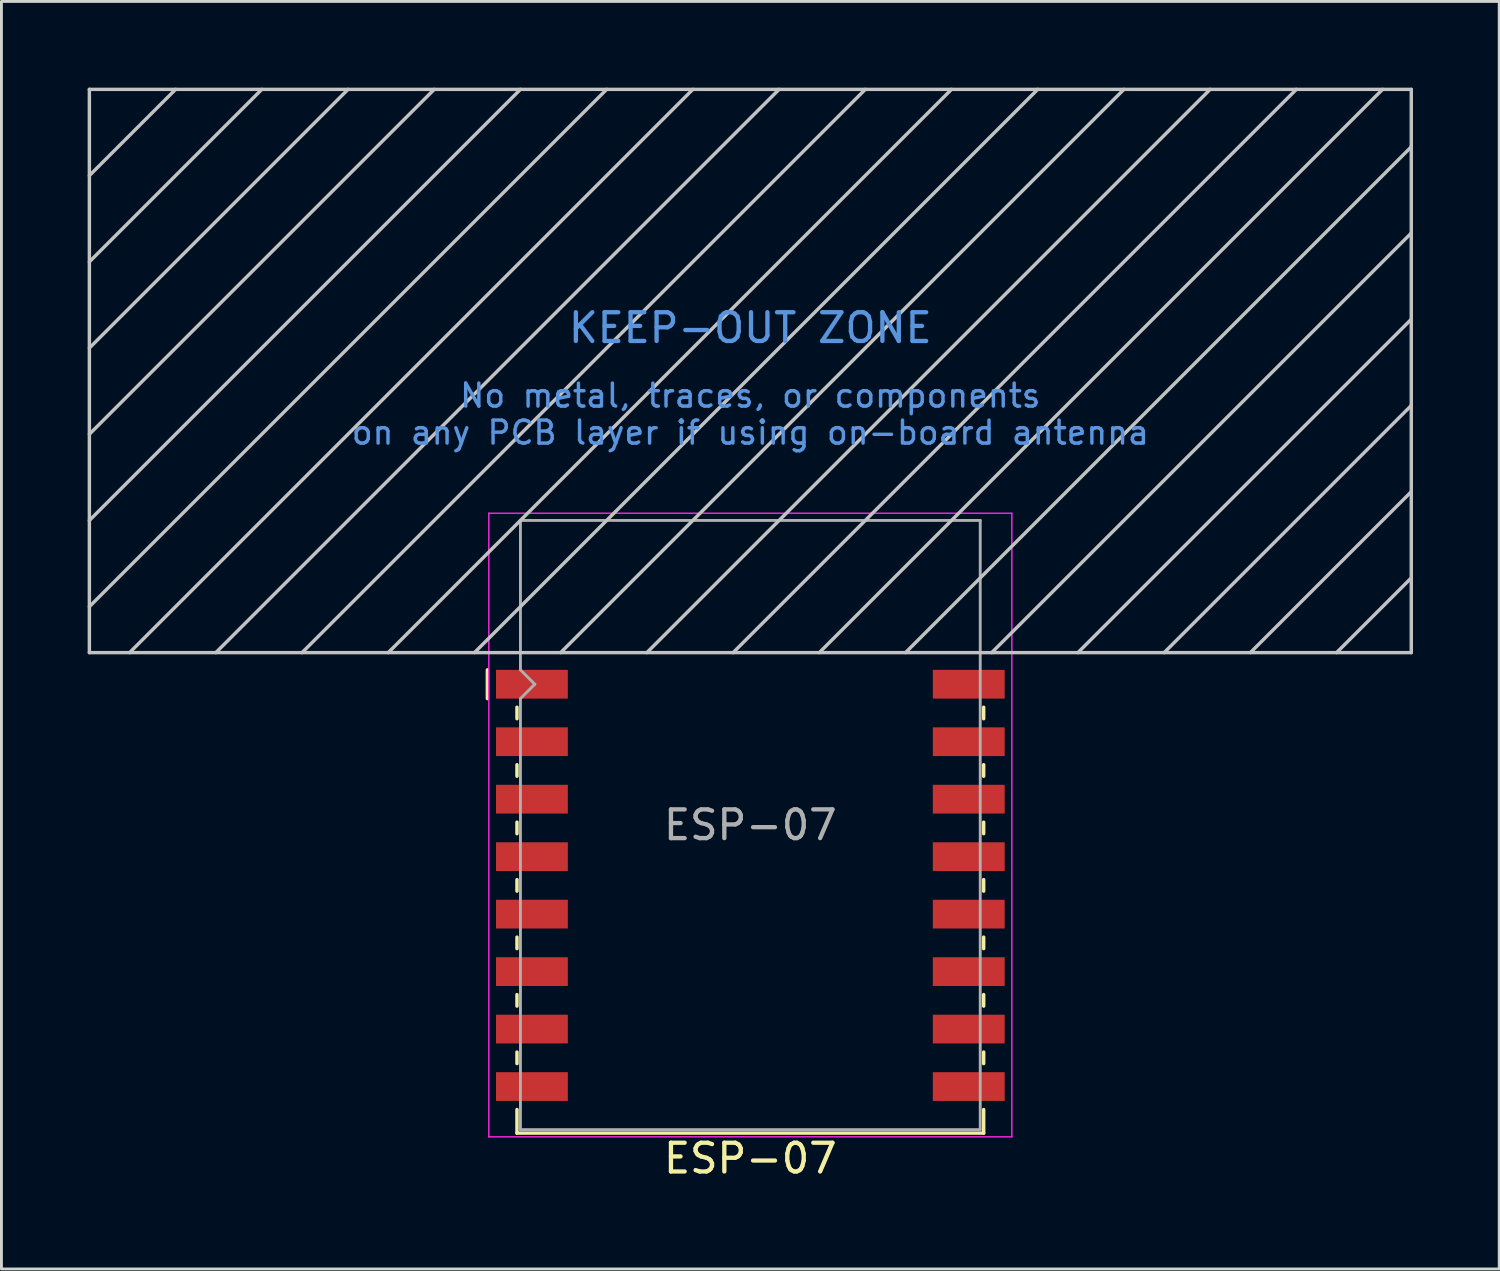
<source format=kicad_pcb>
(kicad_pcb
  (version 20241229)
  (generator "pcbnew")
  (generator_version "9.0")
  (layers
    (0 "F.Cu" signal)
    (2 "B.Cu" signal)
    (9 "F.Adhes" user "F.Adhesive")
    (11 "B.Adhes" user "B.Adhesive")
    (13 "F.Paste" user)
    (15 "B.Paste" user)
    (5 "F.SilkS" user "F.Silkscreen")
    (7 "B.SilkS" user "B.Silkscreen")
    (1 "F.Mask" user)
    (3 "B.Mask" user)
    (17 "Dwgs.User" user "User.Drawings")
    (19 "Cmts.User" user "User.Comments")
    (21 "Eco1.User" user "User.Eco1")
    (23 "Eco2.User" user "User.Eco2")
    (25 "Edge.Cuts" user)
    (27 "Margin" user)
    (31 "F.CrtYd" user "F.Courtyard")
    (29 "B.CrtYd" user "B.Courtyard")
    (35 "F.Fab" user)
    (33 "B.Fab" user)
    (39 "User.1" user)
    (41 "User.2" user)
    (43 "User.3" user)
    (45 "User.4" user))
  (footprint "ESP-07"
    (layer "F.Cu")
    (at 23.06 25.66)
    (property "Reference" "ESP-07" (at 0 11.6 0) (layer "F.SilkS") (effects (font (size 1 1) (thickness 0.15))))
    (attr smd)
    (fp_line (start -9.15 -5.4) (end -9.15 -4.4) (stroke (width 0.12) (type solid)) (layer "F.SilkS"))
    (fp_line (start -8.12 -3.7) (end -8.12 -4.1) (stroke (width 0.12) (type solid)) (layer "F.SilkS"))
    (fp_line (start -8.12 -1.7) (end -8.12 -2.1) (stroke (width 0.12) (type solid)) (layer "F.SilkS"))
    (fp_line (start -8.12 0.3) (end -8.12 -0.1) (stroke (width 0.12) (type solid)) (layer "F.SilkS"))
    (fp_line (start -8.12 2.3) (end -8.12 1.9) (stroke (width 0.12) (type solid)) (layer "F.SilkS"))
    (fp_line (start -8.12 4.3) (end -8.12 3.9) (stroke (width 0.12) (type solid)) (layer "F.SilkS"))
    (fp_line (start -8.12 6.3) (end -8.12 5.9) (stroke (width 0.12) (type solid)) (layer "F.SilkS"))
    (fp_line (start -8.12 8.3) (end -8.12 7.9) (stroke (width 0.12) (type solid)) (layer "F.SilkS"))
    (fp_line (start -8.12 10.72) (end -8.12 9.9) (stroke (width 0.12) (type solid)) (layer "F.SilkS"))
    (fp_line (start 8.12 -3.7) (end 8.12 -4.1) (stroke (width 0.12) (type solid)) (layer "F.SilkS"))
    (fp_line (start 8.12 -1.7) (end 8.12 -2.1) (stroke (width 0.12) (type solid)) (layer "F.SilkS"))
    (fp_line (start 8.12 0.3) (end 8.12 -0.1) (stroke (width 0.12) (type solid)) (layer "F.SilkS"))
    (fp_line (start 8.12 2.3) (end 8.12 1.9) (stroke (width 0.12) (type solid)) (layer "F.SilkS"))
    (fp_line (start 8.12 4.3) (end 8.12 3.9) (stroke (width 0.12) (type solid)) (layer "F.SilkS"))
    (fp_line (start 8.12 6.3) (end 8.12 5.9) (stroke (width 0.12) (type solid)) (layer "F.SilkS"))
    (fp_line (start 8.12 8.3) (end 8.12 7.9) (stroke (width 0.12) (type solid)) (layer "F.SilkS"))
    (fp_line (start 8.12 9.9) (end 8.12 10.72) (stroke (width 0.12) (type solid)) (layer "F.SilkS"))
    (fp_line (start 8.12 10.72) (end -8.12 10.72) (stroke (width 0.12) (type solid)) (layer "F.SilkS"))
    (fp_line (start -23 -25.6) (end -23 -6) (stroke (width 0.12) (type solid)) (layer "Dwgs.User"))
    (fp_line (start -23 -25.6) (end 23 -25.6) (stroke (width 0.12) (type solid)) (layer "Dwgs.User"))
    (fp_line (start -20 -25.6) (end -23 -22.6) (stroke (width 0.12) (type solid)) (layer "Dwgs.User"))
    (fp_line (start -17 -25.6) (end -23 -19.6) (stroke (width 0.12) (type solid)) (layer "Dwgs.User"))
    (fp_line (start -15.6 -6) (end 4 -25.6) (stroke (width 0.12) (type solid)) (layer "Dwgs.User"))
    (fp_line (start -14 -25.6) (end -23 -16.6) (stroke (width 0.12) (type solid)) (layer "Dwgs.User"))
    (fp_line (start -11 -25.6) (end -23 -13.6) (stroke (width 0.12) (type solid)) (layer "Dwgs.User"))
    (fp_line (start -8 -25.6) (end -23 -10.6) (stroke (width 0.12) (type solid)) (layer "Dwgs.User"))
    (fp_line (start -6.6 -6) (end 13 -25.6) (stroke (width 0.12) (type solid)) (layer "Dwgs.User"))
    (fp_line (start -5 -25.6) (end -23 -7.6) (stroke (width 0.12) (type solid)) (layer "Dwgs.User"))
    (fp_line (start -2 -25.6) (end -21.6 -6) (stroke (width 0.12) (type solid)) (layer "Dwgs.User"))
    (fp_line (start 1 -25.6) (end -18.6 -6) (stroke (width 0.12) (type solid)) (layer "Dwgs.User"))
    (fp_line (start 2.4 -6) (end 22 -25.6) (stroke (width 0.12) (type solid)) (layer "Dwgs.User"))
    (fp_line (start 5.4 -6) (end 23 -23.6) (stroke (width 0.12) (type solid)) (layer "Dwgs.User"))
    (fp_line (start 7 -25.6) (end -12.6 -6) (stroke (width 0.12) (type solid)) (layer "Dwgs.User"))
    (fp_line (start 10 -25.6) (end -9.6 -6) (stroke (width 0.12) (type solid)) (layer "Dwgs.User"))
    (fp_line (start 16 -25.6) (end -3.6 -6) (stroke (width 0.12) (type solid)) (layer "Dwgs.User"))
    (fp_line (start 19 -25.6) (end -0.6 -6) (stroke (width 0.12) (type solid)) (layer "Dwgs.User"))
    (fp_line (start 23 -20.6) (end 8.4 -6) (stroke (width 0.12) (type solid)) (layer "Dwgs.User"))
    (fp_line (start 23 -17.6) (end 11.4 -6) (stroke (width 0.12) (type solid)) (layer "Dwgs.User"))
    (fp_line (start 23 -14.6) (end 14.4 -6) (stroke (width 0.12) (type solid)) (layer "Dwgs.User"))
    (fp_line (start 23 -11.6) (end 17.4 -6) (stroke (width 0.12) (type solid)) (layer "Dwgs.User"))
    (fp_line (start 23 -8.6) (end 20.4 -6) (stroke (width 0.12) (type solid)) (layer "Dwgs.User"))
    (fp_line (start 23 -6) (end -23 -6) (stroke (width 0.12) (type solid)) (layer "Dwgs.User"))
    (fp_line (start 23 -6) (end 23 -25.6) (stroke (width 0.12) (type solid)) (layer "Dwgs.User"))
    (fp_line (start -9.1 -10.85) (end 9.1 -10.85) (stroke (width 0.05) (type solid)) (layer "F.CrtYd"))
    (fp_line (start -9.1 10.85) (end -9.1 -10.85) (stroke (width 0.05) (type solid)) (layer "F.CrtYd"))
    (fp_line (start 9.1 -10.85) (end 9.1 10.85) (stroke (width 0.05) (type solid)) (layer "F.CrtYd"))
    (fp_line (start 9.1 10.85) (end -9.1 10.85) (stroke (width 0.05) (type solid)) (layer "F.CrtYd"))
    (fp_line (start -8 -10.6) (end 8 -10.6) (stroke (width 0.1) (type solid)) (layer "F.Fab"))
    (fp_line (start -8 -5.4) (end -8 -10.6) (stroke (width 0.1) (type solid)) (layer "F.Fab"))
    (fp_line (start -8 -4.4) (end -7.5 -4.9) (stroke (width 0.1) (type solid)) (layer "F.Fab"))
    (fp_line (start -8 10.6) (end -8 -4.4) (stroke (width 0.1) (type solid)) (layer "F.Fab"))
    (fp_line (start -7.5 -4.9) (end -8 -5.4) (stroke (width 0.1) (type solid)) (layer "F.Fab"))
    (fp_line (start 8 -10.6) (end 8 10.6) (stroke (width 0.1) (type solid)) (layer "F.Fab"))
    (fp_line (start 8 10.6) (end -8 10.6) (stroke (width 0.1) (type solid)) (layer "F.Fab"))
    (fp_text user "KEEP-OUT ZONE" (at 0 -17.3 180) (layer "Cmts.User") (effects (font (size 1 1) (thickness 0.15))))
    (fp_text user "No metal, traces, or components\non any PCB layer if using on-board antenna" (at 0 -14.3 180) (layer "Cmts.User") (effects (font (size 0.8 0.8) (thickness 0.12))))
    (fp_text user "${REFERENCE}" (at 0 0 0) (layer "F.Fab") (effects (font (size 1 1) (thickness 0.15))))
    (pad "1" smd rect (at -7.6 -4.9) (size 2.5 1) (layers "F.Cu" "F.Mask" "F.Paste"))
    (pad "2" smd rect (at -7.6 -2.9) (size 2.5 1) (layers "F.Cu" "F.Mask" "F.Paste"))
    (pad "3" smd rect (at -7.6 -0.9) (size 2.5 1) (layers "F.Cu" "F.Mask" "F.Paste"))
    (pad "4" smd rect (at -7.6 1.1) (size 2.5 1) (layers "F.Cu" "F.Mask" "F.Paste"))
    (pad "5" smd rect (at -7.6 3.1) (size 2.5 1) (layers "F.Cu" "F.Mask" "F.Paste"))
    (pad "6" smd rect (at -7.6 5.1) (size 2.5 1) (layers "F.Cu" "F.Mask" "F.Paste"))
    (pad "7" smd rect (at -7.6 7.1) (size 2.5 1) (layers "F.Cu" "F.Mask" "F.Paste"))
    (pad "8" smd rect (at -7.6 9.1) (size 2.5 1) (layers "F.Cu" "F.Mask" "F.Paste"))
    (pad "9" smd rect (at 7.6 9.1) (size 2.5 1) (layers "F.Cu" "F.Mask" "F.Paste"))
    (pad "10" smd rect (at 7.6 7.1) (size 2.5 1) (layers "F.Cu" "F.Mask" "F.Paste"))
    (pad "11" smd rect (at 7.6 5.1) (size 2.5 1) (layers "F.Cu" "F.Mask" "F.Paste"))
    (pad "12" smd rect (at 7.6 3.1) (size 2.5 1) (layers "F.Cu" "F.Mask" "F.Paste"))
    (pad "13" smd rect (at 7.6 1.1) (size 2.5 1) (layers "F.Cu" "F.Mask" "F.Paste"))
    (pad "14" smd rect (at 7.6 -0.9) (size 2.5 1) (layers "F.Cu" "F.Mask" "F.Paste"))
    (pad "15" smd rect (at 7.6 -2.9) (size 2.5 1) (layers "F.Cu" "F.Mask" "F.Paste"))
    (pad "16" smd rect (at 7.6 -4.9) (size 2.5 1) (layers "F.Cu" "F.Mask" "F.Paste")))
  (gr_rect
    (start -3 -3)
    (end 49.12 41.108)
    (stroke (width 0.1) (type default))
    (fill no)
    (layer "Edge.Cuts")))
</source>
